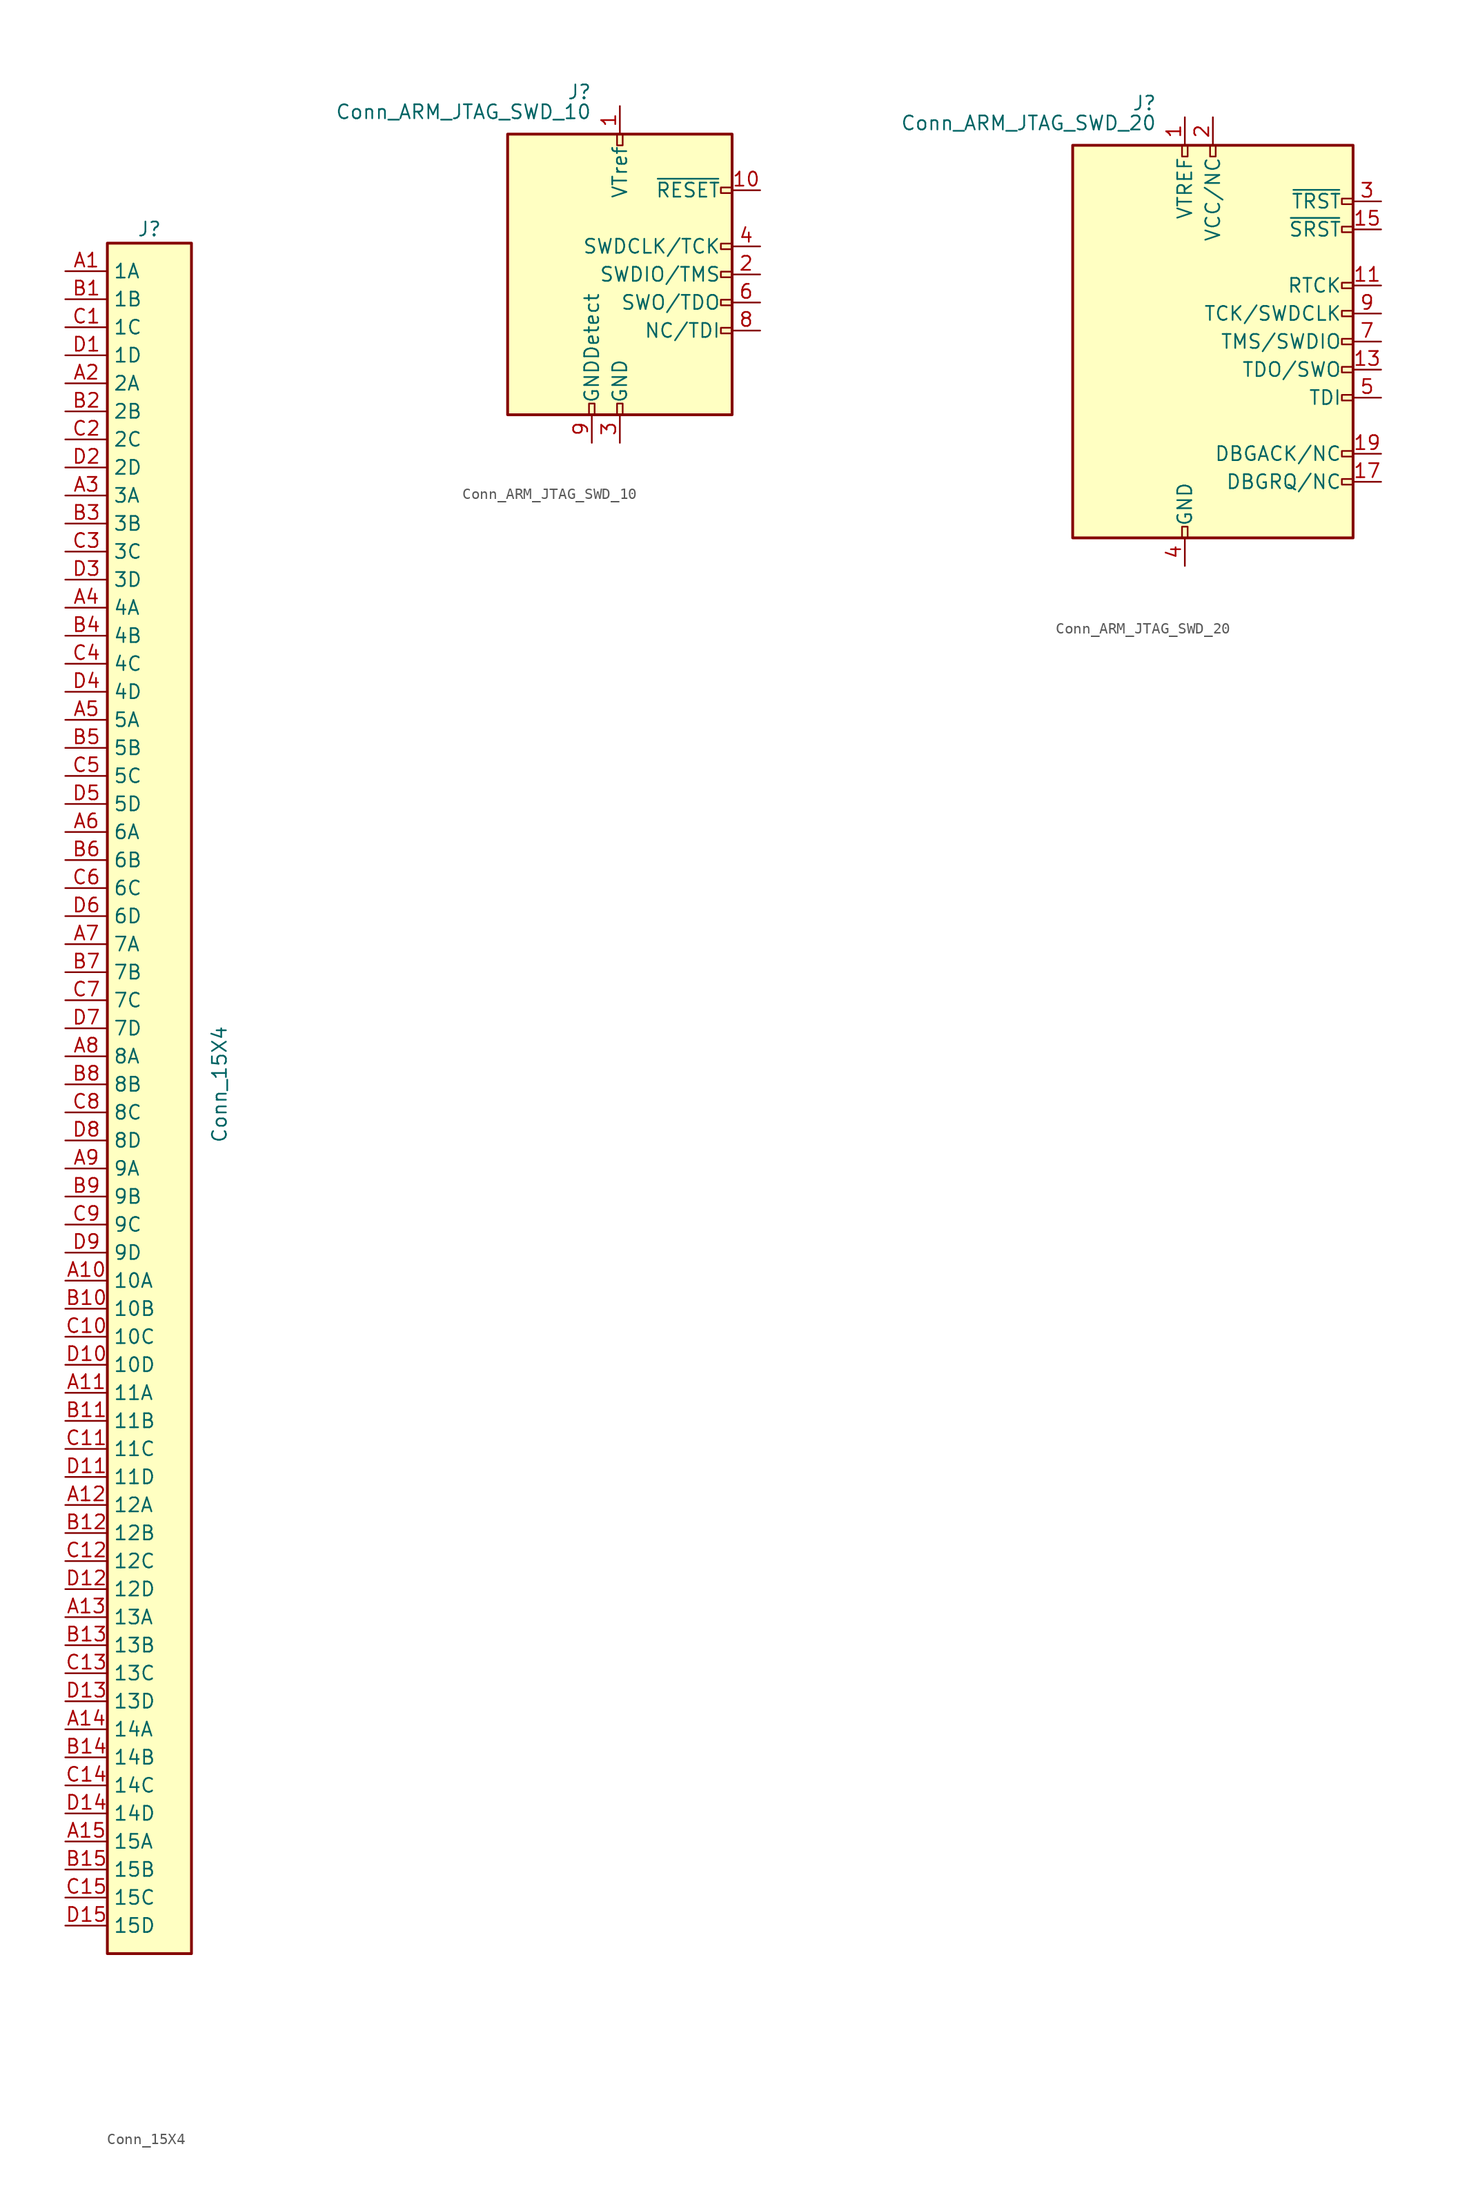
<source format=kicad_sym>
(kicad_symbol_lib
  (version 20241209)
  (generator "kicad_symbol_editor")
  (generator_version "9.0")
  (symbol "Conn_15X4"
    (property "Reference" "J"
      (at 0 80.01 0)
      (effects (font (size 1.27 1.27))))
    (property "Value" "Conn_15X4"
      (at 6.35 2.54 90)
      (effects (font (size 1.27 1.27))))
    (symbol "Conn_15X4_0_1"
      (rectangle (start 3.81 -76.2) (end -3.81 78.74) (stroke (width 0.254) (type default)) (fill (type background))))
    (symbol "Conn_15X4_1_1"
      (pin passive line (at -7.62 76.2 0) (length 3.81) (name "1A" (effects (font (size 1.27 1.27)))) (number "A1" (effects (font (size 1.27 1.27)))))
      (pin passive line (at -7.62 73.66 0) (length 3.81) (name "1B" (effects (font (size 1.27 1.27)))) (number "B1" (effects (font (size 1.27 1.27)))))
      (pin passive line (at -7.62 71.12 0) (length 3.81) (name "1C" (effects (font (size 1.27 1.27)))) (number "C1" (effects (font (size 1.27 1.27)))))
      (pin passive line (at -7.62 68.58 0) (length 3.81) (name "1D" (effects (font (size 1.27 1.27)))) (number "D1" (effects (font (size 1.27 1.27)))))
      (pin passive line (at -7.62 66.04 0) (length 3.81) (name "2A" (effects (font (size 1.27 1.27)))) (number "A2" (effects (font (size 1.27 1.27)))))
      (pin passive line (at -7.62 63.5 0) (length 3.81) (name "2B" (effects (font (size 1.27 1.27)))) (number "B2" (effects (font (size 1.27 1.27)))))
      (pin passive line (at -7.62 60.96 0) (length 3.81) (name "2C" (effects (font (size 1.27 1.27)))) (number "C2" (effects (font (size 1.27 1.27)))))
      (pin passive line (at -7.62 58.42 0) (length 3.81) (name "2D" (effects (font (size 1.27 1.27)))) (number "D2" (effects (font (size 1.27 1.27)))))
      (pin passive line (at -7.62 55.88 0) (length 3.81) (name "3A" (effects (font (size 1.27 1.27)))) (number "A3" (effects (font (size 1.27 1.27)))))
      (pin passive line (at -7.62 53.34 0) (length 3.81) (name "3B" (effects (font (size 1.27 1.27)))) (number "B3" (effects (font (size 1.27 1.27)))))
      (pin passive line (at -7.62 50.8 0) (length 3.81) (name "3C" (effects (font (size 1.27 1.27)))) (number "C3" (effects (font (size 1.27 1.27)))))
      (pin passive line (at -7.62 48.26 0) (length 3.81) (name "3D" (effects (font (size 1.27 1.27)))) (number "D3" (effects (font (size 1.27 1.27)))))
      (pin passive line (at -7.62 45.72 0) (length 3.81) (name "4A" (effects (font (size 1.27 1.27)))) (number "A4" (effects (font (size 1.27 1.27)))))
      (pin passive line (at -7.62 43.18 0) (length 3.81) (name "4B" (effects (font (size 1.27 1.27)))) (number "B4" (effects (font (size 1.27 1.27)))))
      (pin passive line (at -7.62 40.64 0) (length 3.81) (name "4C" (effects (font (size 1.27 1.27)))) (number "C4" (effects (font (size 1.27 1.27)))))
      (pin passive line (at -7.62 38.1 0) (length 3.81) (name "4D" (effects (font (size 1.27 1.27)))) (number "D4" (effects (font (size 1.27 1.27)))))
      (pin passive line (at -7.62 35.56 0) (length 3.81) (name "5A" (effects (font (size 1.27 1.27)))) (number "A5" (effects (font (size 1.27 1.27)))))
      (pin passive line (at -7.62 33.02 0) (length 3.81) (name "5B" (effects (font (size 1.27 1.27)))) (number "B5" (effects (font (size 1.27 1.27)))))
      (pin passive line (at -7.62 30.48 0) (length 3.81) (name "5C" (effects (font (size 1.27 1.27)))) (number "C5" (effects (font (size 1.27 1.27)))))
      (pin passive line (at -7.62 27.94 0) (length 3.81) (name "5D" (effects (font (size 1.27 1.27)))) (number "D5" (effects (font (size 1.27 1.27)))))
      (pin passive line (at -7.62 25.4 0) (length 3.81) (name "6A" (effects (font (size 1.27 1.27)))) (number "A6" (effects (font (size 1.27 1.27)))))
      (pin passive line (at -7.62 22.86 0) (length 3.81) (name "6B" (effects (font (size 1.27 1.27)))) (number "B6" (effects (font (size 1.27 1.27)))))
      (pin passive line (at -7.62 20.32 0) (length 3.81) (name "6C" (effects (font (size 1.27 1.27)))) (number "C6" (effects (font (size 1.27 1.27)))))
      (pin passive line (at -7.62 17.78 0) (length 3.81) (name "6D" (effects (font (size 1.27 1.27)))) (number "D6" (effects (font (size 1.27 1.27)))))
      (pin passive line (at -7.62 15.24 0) (length 3.81) (name "7A" (effects (font (size 1.27 1.27)))) (number "A7" (effects (font (size 1.27 1.27)))))
      (pin passive line (at -7.62 12.7 0) (length 3.81) (name "7B" (effects (font (size 1.27 1.27)))) (number "B7" (effects (font (size 1.27 1.27)))))
      (pin passive line (at -7.62 10.16 0) (length 3.81) (name "7C" (effects (font (size 1.27 1.27)))) (number "C7" (effects (font (size 1.27 1.27)))))
      (pin passive line (at -7.62 7.62 0) (length 3.81) (name "7D" (effects (font (size 1.27 1.27)))) (number "D7" (effects (font (size 1.27 1.27)))))
      (pin passive line (at -7.62 5.08 0) (length 3.81) (name "8A" (effects (font (size 1.27 1.27)))) (number "A8" (effects (font (size 1.27 1.27)))))
      (pin passive line (at -7.62 2.54 0) (length 3.81) (name "8B" (effects (font (size 1.27 1.27)))) (number "B8" (effects (font (size 1.27 1.27)))))
      (pin passive line (at -7.62 0 0) (length 3.81) (name "8C" (effects (font (size 1.27 1.27)))) (number "C8" (effects (font (size 1.27 1.27)))))
      (pin passive line (at -7.62 -2.54 0) (length 3.81) (name "8D" (effects (font (size 1.27 1.27)))) (number "D8" (effects (font (size 1.27 1.27)))))
      (pin passive line (at -7.62 -5.08 0) (length 3.81) (name "9A" (effects (font (size 1.27 1.27)))) (number "A9" (effects (font (size 1.27 1.27)))))
      (pin passive line (at -7.62 -7.62 0) (length 3.81) (name "9B" (effects (font (size 1.27 1.27)))) (number "B9" (effects (font (size 1.27 1.27)))))
      (pin passive line (at -7.62 -10.16 0) (length 3.81) (name "9C" (effects (font (size 1.27 1.27)))) (number "C9" (effects (font (size 1.27 1.27)))))
      (pin passive line (at -7.62 -12.7 0) (length 3.81) (name "9D" (effects (font (size 1.27 1.27)))) (number "D9" (effects (font (size 1.27 1.27)))))
      (pin passive line (at -7.62 -15.24 0) (length 3.81) (name "10A" (effects (font (size 1.27 1.27)))) (number "A10" (effects (font (size 1.27 1.27)))))
      (pin passive line (at -7.62 -17.78 0) (length 3.81) (name "10B" (effects (font (size 1.27 1.27)))) (number "B10" (effects (font (size 1.27 1.27)))))
      (pin passive line (at -7.62 -20.32 0) (length 3.81) (name "10C" (effects (font (size 1.27 1.27)))) (number "C10" (effects (font (size 1.27 1.27)))))
      (pin passive line (at -7.62 -22.86 0) (length 3.81) (name "10D" (effects (font (size 1.27 1.27)))) (number "D10" (effects (font (size 1.27 1.27)))))
      (pin passive line (at -7.62 -25.4 0) (length 3.81) (name "11A" (effects (font (size 1.27 1.27)))) (number "A11" (effects (font (size 1.27 1.27)))))
      (pin passive line (at -7.62 -27.94 0) (length 3.81) (name "11B" (effects (font (size 1.27 1.27)))) (number "B11" (effects (font (size 1.27 1.27)))))
      (pin passive line (at -7.62 -30.48 0) (length 3.81) (name "11C" (effects (font (size 1.27 1.27)))) (number "C11" (effects (font (size 1.27 1.27)))))
      (pin passive line (at -7.62 -33.02 0) (length 3.81) (name "11D" (effects (font (size 1.27 1.27)))) (number "D11" (effects (font (size 1.27 1.27)))))
      (pin passive line (at -7.62 -35.56 0) (length 3.81) (name "12A" (effects (font (size 1.27 1.27)))) (number "A12" (effects (font (size 1.27 1.27)))))
      (pin passive line (at -7.62 -38.1 0) (length 3.81) (name "12B" (effects (font (size 1.27 1.27)))) (number "B12" (effects (font (size 1.27 1.27)))))
      (pin passive line (at -7.62 -40.64 0) (length 3.81) (name "12C" (effects (font (size 1.27 1.27)))) (number "C12" (effects (font (size 1.27 1.27)))))
      (pin passive line (at -7.62 -43.18 0) (length 3.81) (name "12D" (effects (font (size 1.27 1.27)))) (number "D12" (effects (font (size 1.27 1.27)))))
      (pin passive line (at -7.62 -45.72 0) (length 3.81) (name "13A" (effects (font (size 1.27 1.27)))) (number "A13" (effects (font (size 1.27 1.27)))))
      (pin passive line (at -7.62 -48.26 0) (length 3.81) (name "13B" (effects (font (size 1.27 1.27)))) (number "B13" (effects (font (size 1.27 1.27)))))
      (pin passive line (at -7.62 -50.8 0) (length 3.81) (name "13C" (effects (font (size 1.27 1.27)))) (number "C13" (effects (font (size 1.27 1.27)))))
      (pin passive line (at -7.62 -53.34 0) (length 3.81) (name "13D" (effects (font (size 1.27 1.27)))) (number "D13" (effects (font (size 1.27 1.27)))))
      (pin passive line (at -7.62 -55.88 0) (length 3.81) (name "14A" (effects (font (size 1.27 1.27)))) (number "A14" (effects (font (size 1.27 1.27)))))
      (pin passive line (at -7.62 -58.42 0) (length 3.81) (name "14B" (effects (font (size 1.27 1.27)))) (number "B14" (effects (font (size 1.27 1.27)))))
      (pin passive line (at -7.62 -60.96 0) (length 3.81) (name "14C" (effects (font (size 1.27 1.27)))) (number "C14" (effects (font (size 1.27 1.27)))))
      (pin passive line (at -7.62 -63.5 0) (length 3.81) (name "14D" (effects (font (size 1.27 1.27)))) (number "D14" (effects (font (size 1.27 1.27)))))
      (pin passive line (at -7.62 -66.04 0) (length 3.81) (name "15A" (effects (font (size 1.27 1.27)))) (number "A15" (effects (font (size 1.27 1.27)))))
      (pin passive line (at -7.62 -68.58 0) (length 3.81) (name "15B" (effects (font (size 1.27 1.27)))) (number "B15" (effects (font (size 1.27 1.27)))))
      (pin passive line (at -7.62 -71.12 0) (length 3.81) (name "15C" (effects (font (size 1.27 1.27)))) (number "C15" (effects (font (size 1.27 1.27)))))
      (pin passive line (at -7.62 -73.66 0) (length 3.81) (name "15D" (effects (font (size 1.27 1.27)))) (number "D15" (effects (font (size 1.27 1.27)))))))
  (symbol "Conn_ARM_JTAG_SWD_10"
    (pin_names
      (offset 1.016))
    (property "Reference" "J"
      (at -2.54 16.51 0)
      (effects (font (size 1.27 1.27)) (justify right)))
    (property "Value" "Conn_ARM_JTAG_SWD_10"
      (at -2.54 13.97 0)
      (effects (font (size 1.27 1.27)) (justify right bottom)))
    (symbol "Conn_ARM_JTAG_SWD_10_0_1"
      (rectangle (start -10.16 12.7) (end 10.16 -12.7) (stroke (width 0.254) (type default)) (fill (type background)))
      (rectangle (start -2.794 -12.7) (end -2.286 -11.684) (stroke (width 0) (type default)) (fill (type none)))
      (rectangle (start -0.254 12.7) (end 0.254 11.684) (stroke (width 0) (type default)) (fill (type none)))
      (rectangle (start -0.254 -12.7) (end 0.254 -11.684) (stroke (width 0) (type default)) (fill (type none)))
      (rectangle (start 9.144 2.286) (end 10.16 2.794) (stroke (width 0) (type default)) (fill (type none)))
      (rectangle (start 10.16 7.874) (end 9.144 7.366) (stroke (width 0) (type default)) (fill (type none)))
      (rectangle (start 10.16 -0.254) (end 9.144 0.254) (stroke (width 0) (type default)) (fill (type none)))
      (rectangle (start 10.16 -2.794) (end 9.144 -2.286) (stroke (width 0) (type default)) (fill (type none))))
    (symbol "Conn_ARM_JTAG_SWD_10_1_1"
      (rectangle (start 9.144 -5.334) (end 10.16 -4.826) (stroke (width 0) (type default)) (fill (type none)))
      (pin no_connect line (at -10.16 0 0) (length 2.54) (hide yes) (name "KEY" (effects (font (size 1.27 1.27)))) (number "7" (effects (font (size 1.27 1.27)))))
      (pin passive line (at -2.54 -15.24 90) (length 2.54) (name "GNDDetect" (effects (font (size 1.27 1.27)))) (number "9" (effects (font (size 1.27 1.27)))))
      (pin power_in line (at 0 15.24 270) (length 2.54) (name "VTref" (effects (font (size 1.27 1.27)))) (number "1" (effects (font (size 1.27 1.27)))))
      (pin power_in line (at 0 -15.24 90) (length 2.54) (name "GND" (effects (font (size 1.27 1.27)))) (number "3" (effects (font (size 1.27 1.27)))))
      (pin passive line (at 0 -15.24 90) (length 2.54) (hide yes) (name "GND" (effects (font (size 1.27 1.27)))) (number "5" (effects (font (size 1.27 1.27)))))
      (pin open_collector line (at 12.7 7.62 180) (length 2.54) (name "~{RESET}" (effects (font (size 1.27 1.27)))) (number "10" (effects (font (size 1.27 1.27)))))
      (pin output line (at 12.7 2.54 180) (length 2.54) (name "SWDCLK/TCK" (effects (font (size 1.27 1.27)))) (number "4" (effects (font (size 1.27 1.27)))))
      (pin bidirectional line (at 12.7 0 180) (length 2.54) (name "SWDIO/TMS" (effects (font (size 1.27 1.27)))) (number "2" (effects (font (size 1.27 1.27)))))
      (pin input line (at 12.7 -2.54 180) (length 2.54) (name "SWO/TDO" (effects (font (size 1.27 1.27)))) (number "6" (effects (font (size 1.27 1.27)))))
      (pin output line (at 12.7 -5.08 180) (length 2.54) (name "NC/TDI" (effects (font (size 1.27 1.27)))) (number "8" (effects (font (size 1.27 1.27)))))))
  (symbol "Conn_ARM_JTAG_SWD_20"
    (pin_names
      (offset 1.016))
    (property "Reference" "J"
      (at -5.08 21.59 0)
      (effects (font (size 1.27 1.27)) (justify right)))
    (property "Value" "Conn_ARM_JTAG_SWD_20"
      (at -5.08 19.05 0)
      (effects (font (size 1.27 1.27)) (justify right bottom)))
    (symbol "Conn_ARM_JTAG_SWD_20_0_1"
      (rectangle (start -12.7 17.78) (end 12.7 -17.78) (stroke (width 0.254) (type default)) (fill (type background)))
      (rectangle (start -2.794 17.78) (end -2.286 16.764) (stroke (width 0) (type default)) (fill (type none)))
      (rectangle (start -2.794 -17.78) (end -2.286 -16.764) (stroke (width 0) (type default)) (fill (type none)))
      (rectangle (start -0.254 17.78) (end 0.254 16.764) (stroke (width 0) (type default)) (fill (type none)))
      (rectangle (start 11.684 2.286) (end 12.7 2.794) (stroke (width 0) (type default)) (fill (type none)))
      (rectangle (start 12.7 12.954) (end 11.684 12.446) (stroke (width 0) (type default)) (fill (type none)))
      (rectangle (start 12.7 10.414) (end 11.684 9.906) (stroke (width 0) (type default)) (fill (type none)))
      (rectangle (start 12.7 4.826) (end 11.684 5.334) (stroke (width 0) (type default)) (fill (type none)))
      (rectangle (start 12.7 -0.254) (end 11.684 0.254) (stroke (width 0) (type default)) (fill (type none)))
      (rectangle (start 12.7 -2.794) (end 11.684 -2.286) (stroke (width 0) (type default)) (fill (type none)))
      (rectangle (start 12.7 -9.906) (end 11.684 -10.414) (stroke (width 0) (type default)) (fill (type none)))
      (rectangle (start 12.7 -12.446) (end 11.684 -12.954) (stroke (width 0) (type default)) (fill (type none))))
    (symbol "Conn_ARM_JTAG_SWD_20_1_1"
      (rectangle (start 11.684 -5.334) (end 12.7 -4.826) (stroke (width 0) (type default)) (fill (type none)))
      (pin power_in line (at -2.54 20.32 270) (length 2.54) (name "VTREF" (effects (font (size 1.27 1.27)))) (number "1" (effects (font (size 1.27 1.27)))))
      (pin passive line (at -2.54 -20.32 90) (length 2.54) (hide yes) (name "GND" (effects (font (size 1.27 1.27)))) (number "10" (effects (font (size 1.27 1.27)))))
      (pin passive line (at -2.54 -20.32 90) (length 2.54) (hide yes) (name "GND" (effects (font (size 1.27 1.27)))) (number "12" (effects (font (size 1.27 1.27)))))
      (pin passive line (at -2.54 -20.32 90) (length 2.54) (hide yes) (name "GND" (effects (font (size 1.27 1.27)))) (number "14" (effects (font (size 1.27 1.27)))))
      (pin passive line (at -2.54 -20.32 90) (length 2.54) (hide yes) (name "GND" (effects (font (size 1.27 1.27)))) (number "16" (effects (font (size 1.27 1.27)))))
      (pin passive line (at -2.54 -20.32 90) (length 2.54) (hide yes) (name "GND" (effects (font (size 1.27 1.27)))) (number "18" (effects (font (size 1.27 1.27)))))
      (pin passive line (at -2.54 -20.32 90) (length 2.54) (hide yes) (name "GND" (effects (font (size 1.27 1.27)))) (number "20" (effects (font (size 1.27 1.27)))))
      (pin power_in line (at -2.54 -20.32 90) (length 2.54) (name "GND" (effects (font (size 1.27 1.27)))) (number "4" (effects (font (size 1.27 1.27)))))
      (pin passive line (at -2.54 -20.32 90) (length 2.54) (hide yes) (name "GND" (effects (font (size 1.27 1.27)))) (number "6" (effects (font (size 1.27 1.27)))))
      (pin passive line (at -2.54 -20.32 90) (length 2.54) (hide yes) (name "GND" (effects (font (size 1.27 1.27)))) (number "8" (effects (font (size 1.27 1.27)))))
      (pin power_in line (at 0 20.32 270) (length 2.54) (name "VCC/NC" (effects (font (size 1.27 1.27)))) (number "2" (effects (font (size 1.27 1.27)))))
      (pin output line (at 15.24 12.7 180) (length 2.54) (name "~{TRST}" (effects (font (size 1.27 1.27)))) (number "3" (effects (font (size 1.27 1.27)))))
      (pin bidirectional line (at 15.24 10.16 180) (length 2.54) (name "~{SRST}" (effects (font (size 1.27 1.27)))) (number "15" (effects (font (size 1.27 1.27)))))
      (pin input line (at 15.24 5.08 180) (length 2.54) (name "RTCK" (effects (font (size 1.27 1.27)))) (number "11" (effects (font (size 1.27 1.27)))))
      (pin output line (at 15.24 2.54 180) (length 2.54) (name "TCK/SWDCLK" (effects (font (size 1.27 1.27)))) (number "9" (effects (font (size 1.27 1.27)))))
      (pin output line (at 15.24 0 180) (length 2.54) (name "TMS/SWDIO" (effects (font (size 1.27 1.27)))) (number "7" (effects (font (size 1.27 1.27)))))
      (pin input line (at 15.24 -2.54 180) (length 2.54) (name "TDO/SWO" (effects (font (size 1.27 1.27)))) (number "13" (effects (font (size 1.27 1.27)))))
      (pin output line (at 15.24 -5.08 180) (length 2.54) (name "TDI" (effects (font (size 1.27 1.27)))) (number "5" (effects (font (size 1.27 1.27)))))
      (pin input line (at 15.24 -10.16 180) (length 2.54) (name "DBGACK/NC" (effects (font (size 1.27 1.27)))) (number "19" (effects (font (size 1.27 1.27)))))
      (pin output line (at 15.24 -12.7 180) (length 2.54) (name "DBGRQ/NC" (effects (font (size 1.27 1.27)))) (number "17" (effects (font (size 1.27 1.27))))))))
</source>
